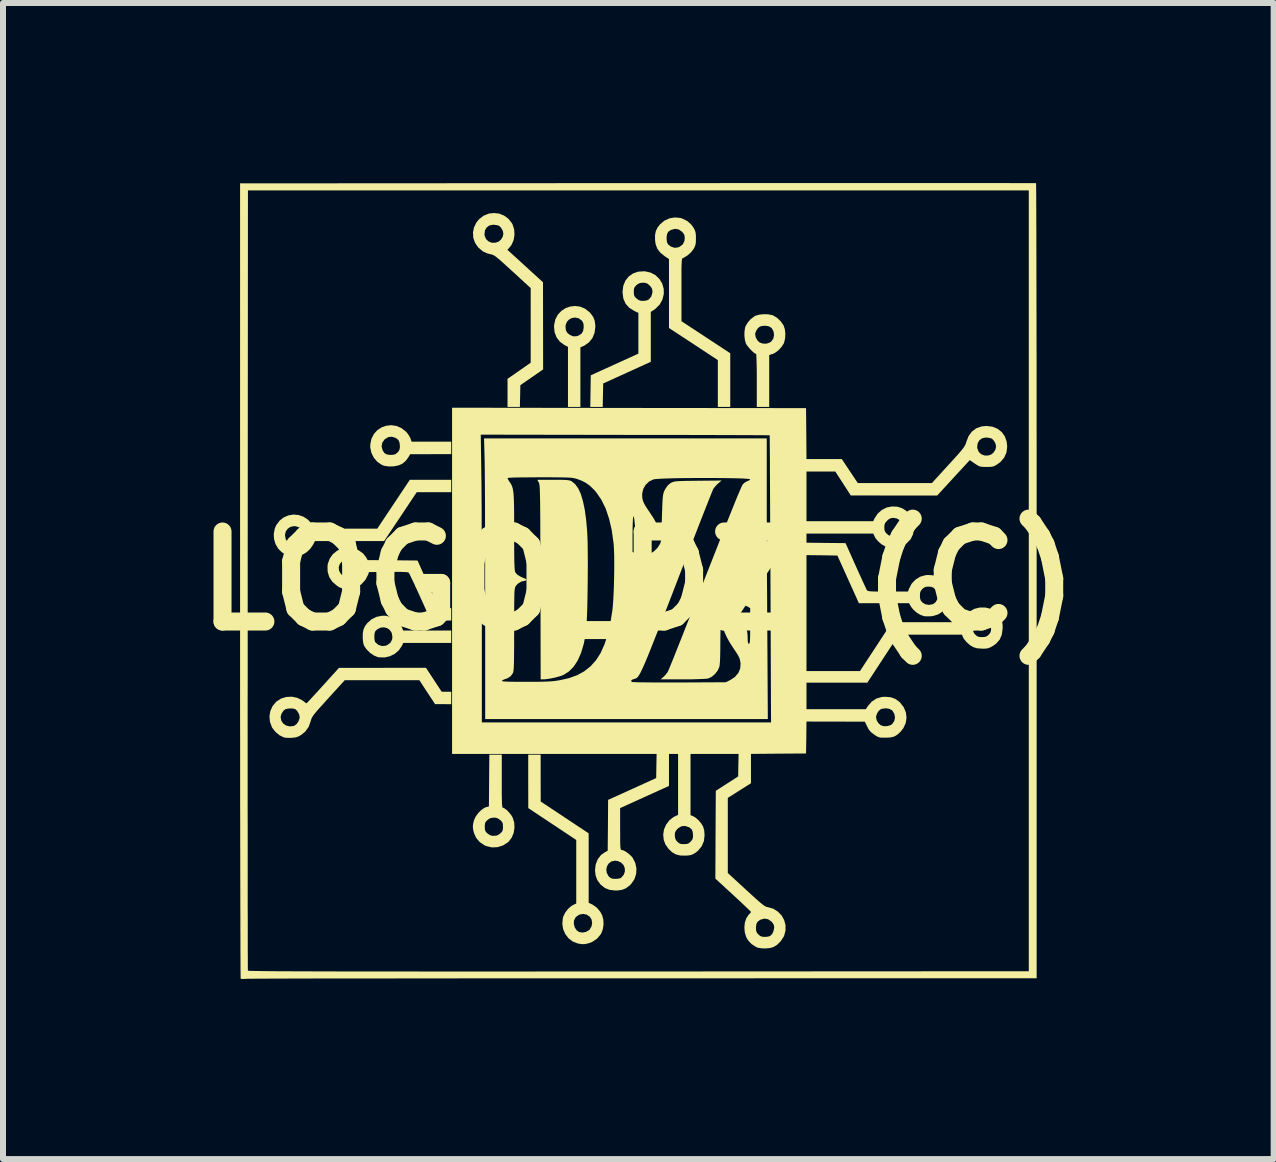
<source format=kicad_pcb>
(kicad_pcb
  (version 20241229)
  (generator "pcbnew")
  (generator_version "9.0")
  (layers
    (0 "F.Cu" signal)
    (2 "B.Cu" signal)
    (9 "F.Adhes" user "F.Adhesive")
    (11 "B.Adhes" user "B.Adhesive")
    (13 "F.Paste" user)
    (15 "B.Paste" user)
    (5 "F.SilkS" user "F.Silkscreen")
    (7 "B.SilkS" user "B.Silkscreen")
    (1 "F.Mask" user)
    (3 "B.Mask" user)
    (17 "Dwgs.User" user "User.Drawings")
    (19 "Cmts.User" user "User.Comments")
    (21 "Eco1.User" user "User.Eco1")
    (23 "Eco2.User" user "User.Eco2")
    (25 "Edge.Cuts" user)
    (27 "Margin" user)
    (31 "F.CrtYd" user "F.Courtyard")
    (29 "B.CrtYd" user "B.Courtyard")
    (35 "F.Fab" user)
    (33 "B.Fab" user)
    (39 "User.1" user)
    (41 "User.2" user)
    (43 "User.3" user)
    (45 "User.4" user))
  (footprint "LOGO_DZ (C)"
    (layer "F.Cu")
    (at 7.586 6.627)
    (property "Reference" "LOGO_DZ (C)" (at 0 0 0) (layer "F.SilkS") (effects (font (size 1.5 1.5) (thickness 0.3))))
    (attr board_only exclude_from_pos_files exclude_from_bom)
    (fp_poly (pts (xy -0.969 -4.568) (xy -0.889 -4.534) (xy -0.816 -4.478) (xy -0.801 -4.462) (xy -0.755 -4.4) (xy -0.729 -4.338) (xy -0.718 -4.263) (xy -0.717 -4.229) (xy -0.73 -4.132) (xy -0.765 -4.045) (xy -0.822 -3.974) (xy -0.897 -3.92) (xy -0.921 -3.909) (xy -0.966 -3.89) (xy -0.966 -3.394) (xy -0.966 -2.897) (xy -1.069 -2.897) (xy -1.173 -2.897) (xy -1.173 -3.397) (xy -1.173 -3.898) (xy -1.236 -3.931) (xy -1.309 -3.985) (xy -1.363 -4.056) (xy -1.396 -4.142) (xy -1.405 -4.234) (xy -1.214 -4.234) (xy -1.207 -4.174) (xy -1.184 -4.131) (xy -1.141 -4.097) (xy -1.085 -4.073) (xy -1.03 -4.075) (xy -1.002 -4.083) (xy -0.951 -4.114) (xy -0.921 -4.16) (xy -0.911 -4.224) (xy -0.911 -4.229) (xy -0.914 -4.279) (xy -0.927 -4.314) (xy -0.944 -4.337) (xy -0.993 -4.373) (xy -1.049 -4.386) (xy -1.104 -4.38) (xy -1.153 -4.355) (xy -1.191 -4.314) (xy -1.212 -4.26) (xy -1.214 -4.234) (xy -1.405 -4.234) (xy -1.405 -4.238) (xy -1.403 -4.265) (xy -1.383 -4.356) (xy -1.342 -4.434) (xy -1.284 -4.496) (xy -1.214 -4.542) (xy -1.136 -4.57) (xy -1.053 -4.579)) (stroke (width 0) (type solid)) (fill yes) (layer "F.SilkS"))
    (fp_poly (pts (xy -4.189 0.585) (xy -4.148 0.599) (xy -4.106 0.619) (xy -4.022 0.672) (xy -3.961 0.737) (xy -3.932 0.792) (xy -3.919 0.828) (xy -3.519 0.828) (xy -3.118 0.828) (xy -3.118 0.931) (xy -3.118 1.035) (xy -3.518 1.035) (xy -3.917 1.035) (xy -3.94 1.084) (xy -3.99 1.157) (xy -4.058 1.216) (xy -4.139 1.257) (xy -4.228 1.277) (xy -4.318 1.275) (xy -4.344 1.27) (xy -4.407 1.244) (xy -4.472 1.199) (xy -4.528 1.142) (xy -4.545 1.12) (xy -4.569 1.083) (xy -4.582 1.046) (xy -4.589 1) (xy -4.592 0.959) (xy -4.592 0.915) (xy -4.399 0.915) (xy -4.398 0.963) (xy -4.392 1.004) (xy -4.384 1.022) (xy -4.333 1.067) (xy -4.274 1.087) (xy -4.211 1.082) (xy -4.181 1.069) (xy -4.13 1.031) (xy -4.103 0.978) (xy -4.098 0.931) (xy -4.109 0.869) (xy -4.14 0.821) (xy -4.184 0.789) (xy -4.237 0.775) (xy -4.293 0.78) (xy -4.347 0.806) (xy -4.384 0.841) (xy -4.394 0.87) (xy -4.399 0.915) (xy -4.592 0.915) (xy -4.592 0.877) (xy -4.58 0.812) (xy -4.555 0.756) (xy -4.517 0.705) (xy -4.445 0.641) (xy -4.361 0.6) (xy -4.275 0.583) (xy -4.227 0.581)) (stroke (width 0) (type solid)) (fill yes) (layer "F.SilkS"))
    (fp_poly (pts (xy -4.031 -2.58) (xy -3.95 -2.546) (xy -3.875 -2.488) (xy -3.861 -2.474) (xy -3.829 -2.431) (xy -3.803 -2.387) (xy -3.795 -2.368) (xy -3.778 -2.318) (xy -3.448 -2.318) (xy -3.118 -2.318) (xy -3.118 -2.214) (xy -3.118 -2.111) (xy -3.46 -2.11) (xy -3.801 -2.11) (xy -3.838 -2.049) (xy -3.873 -2.003) (xy -3.919 -1.961) (xy -3.934 -1.95) (xy -3.996 -1.923) (xy -4.073 -1.907) (xy -4.154 -1.905) (xy -4.23 -1.915) (xy -4.27 -1.929) (xy -4.346 -1.979) (xy -4.406 -2.048) (xy -4.448 -2.131) (xy -4.467 -2.221) (xy -4.467 -2.24) (xy -4.278 -2.24) (xy -4.261 -2.176) (xy -4.256 -2.166) (xy -4.23 -2.128) (xy -4.196 -2.107) (xy -4.146 -2.098) (xy -4.121 -2.098) (xy -4.074 -2.101) (xy -4.042 -2.114) (xy -4.014 -2.137) (xy -3.987 -2.17) (xy -3.975 -2.206) (xy -3.973 -2.242) (xy -3.979 -2.302) (xy -3.997 -2.344) (xy -4.031 -2.373) (xy -4.042 -2.38) (xy -4.107 -2.401) (xy -4.167 -2.394) (xy -4.222 -2.361) (xy -4.23 -2.354) (xy -4.267 -2.3) (xy -4.278 -2.24) (xy -4.467 -2.24) (xy -4.466 -2.277) (xy -4.446 -2.369) (xy -4.405 -2.448) (xy -4.348 -2.511) (xy -4.278 -2.557) (xy -4.199 -2.584) (xy -4.115 -2.593)) (stroke (width 0) (type solid)) (fill yes) (layer "F.SilkS"))
    (fp_poly (pts (xy -3.118 -1.58) (xy -3.118 -1.476) (xy -3.406 -1.476) (xy -3.693 -1.476) (xy -3.964 -1.069) (xy -4.236 -0.662) (xy -4.812 -0.662) (xy -5.388 -0.662) (xy -5.421 -0.599) (xy -5.468 -0.532) (xy -5.528 -0.475) (xy -5.594 -0.437) (xy -5.613 -0.43) (xy -5.677 -0.418) (xy -5.751 -0.416) (xy -5.821 -0.422) (xy -5.862 -0.433) (xy -5.939 -0.474) (xy -6 -0.535) (xy -6.045 -0.61) (xy -6.07 -0.694) (xy -6.074 -0.762) (xy -5.888 -0.762) (xy -5.877 -0.7) (xy -5.871 -0.687) (xy -5.843 -0.644) (xy -5.805 -0.62) (xy -5.749 -0.609) (xy -5.724 -0.608) (xy -5.675 -0.612) (xy -5.639 -0.628) (xy -5.625 -0.64) (xy -5.588 -0.69) (xy -5.574 -0.746) (xy -5.581 -0.801) (xy -5.607 -0.85) (xy -5.649 -0.888) (xy -5.705 -0.908) (xy -5.733 -0.911) (xy -5.796 -0.899) (xy -5.844 -0.866) (xy -5.876 -0.819) (xy -5.888 -0.762) (xy -6.074 -0.762) (xy -6.075 -0.783) (xy -6.058 -0.871) (xy -6.035 -0.925) (xy -5.979 -1.001) (xy -5.91 -1.056) (xy -5.831 -1.09) (xy -5.746 -1.104) (xy -5.66 -1.096) (xy -5.578 -1.067) (xy -5.503 -1.017) (xy -5.439 -0.946) (xy -5.437 -0.941) (xy -5.389 -0.869) (xy -4.87 -0.869) (xy -4.35 -0.869) (xy -4.079 -1.276) (xy -3.808 -1.683) (xy -3.463 -1.683) (xy -3.118 -1.683)) (stroke (width 0) (type solid)) (fill yes) (layer "F.SilkS"))
    (fp_poly (pts (xy -1.628 3.287) (xy -1.627 3.677) (xy -1.228 3.942) (xy -0.828 4.208) (xy -0.828 4.786) (xy -0.828 5.365) (xy -0.766 5.394) (xy -0.692 5.445) (xy -0.633 5.517) (xy -0.603 5.573) (xy -0.584 5.645) (xy -0.58 5.727) (xy -0.593 5.809) (xy -0.62 5.879) (xy -0.625 5.887) (xy -0.688 5.962) (xy -0.768 6.016) (xy -0.822 6.037) (xy -0.885 6.052) (xy -0.942 6.054) (xy -1.007 6.043) (xy -1.012 6.042) (xy -1.095 6.009) (xy -1.165 5.955) (xy -1.218 5.885) (xy -1.253 5.804) (xy -1.267 5.72) (xy -1.075 5.72) (xy -1.059 5.777) (xy -1.027 5.824) (xy -0.988 5.851) (xy -0.933 5.861) (xy -0.874 5.85) (xy -0.823 5.821) (xy -0.811 5.809) (xy -0.78 5.757) (xy -0.77 5.699) (xy -0.78 5.642) (xy -0.809 5.597) (xy -0.861 5.562) (xy -0.921 5.55) (xy -0.981 5.561) (xy -1.033 5.595) (xy -1.049 5.612) (xy -1.073 5.662) (xy -1.075 5.72) (xy -1.267 5.72) (xy -1.267 5.715) (xy -1.259 5.623) (xy -1.25 5.59) (xy -1.218 5.527) (xy -1.172 5.467) (xy -1.117 5.418) (xy -1.076 5.395) (xy -1.035 5.377) (xy -1.035 4.848) (xy -1.035 4.318) (xy -1.434 4.053) (xy -1.834 3.787) (xy -1.835 3.342) (xy -1.835 2.897) (xy -1.732 2.897) (xy -1.628 2.897)) (stroke (width 0) (type solid)) (fill yes) (layer "F.SilkS"))
    (fp_poly (pts (xy -1.418 -1.683) (xy -1.324 -1.683) (xy -1.254 -1.682) (xy -1.203 -1.68) (xy -1.167 -1.676) (xy -1.141 -1.671) (xy -1.121 -1.663) (xy -1.108 -1.656) (xy -1.051 -1.608) (xy -1.001 -1.538) (xy -0.958 -1.444) (xy -0.923 -1.326) (xy -0.893 -1.183) (xy -0.87 -1.015) (xy -0.854 -0.836) (xy -0.85 -0.759) (xy -0.846 -0.662) (xy -0.844 -0.548) (xy -0.843 -0.421) (xy -0.842 -0.284) (xy -0.843 -0.14) (xy -0.844 0.007) (xy -0.846 0.154) (xy -0.848 0.296) (xy -0.851 0.432) (xy -0.855 0.557) (xy -0.86 0.667) (xy -0.864 0.76) (xy -0.87 0.832) (xy -0.875 0.876) (xy -0.91 1.052) (xy -0.955 1.202) (xy -1.011 1.328) (xy -1.078 1.43) (xy -1.155 1.509) (xy -1.244 1.566) (xy -1.251 1.569) (xy -1.31 1.591) (xy -1.384 1.611) (xy -1.464 1.628) (xy -1.537 1.639) (xy -1.581 1.642) (xy -1.628 1.642) (xy -1.631 0.024) (xy -1.632 -0.222) (xy -1.632 -0.442) (xy -1.633 -0.637) (xy -1.634 -0.809) (xy -1.634 -0.96) (xy -1.635 -1.091) (xy -1.636 -1.203) (xy -1.637 -1.298) (xy -1.638 -1.377) (xy -1.64 -1.443) (xy -1.641 -1.496) (xy -1.643 -1.537) (xy -1.645 -1.57) (xy -1.648 -1.594) (xy -1.651 -1.612) (xy -1.654 -1.625) (xy -1.657 -1.634) (xy -1.659 -1.638) (xy -1.684 -1.683)) (stroke (width 0) (type solid)) (fill yes) (layer "F.SilkS"))
    (fp_poly (pts (xy 0.112 -5.156) (xy 0.205 -5.135) (xy 0.285 -5.092) (xy 0.35 -5.03) (xy 0.397 -4.954) (xy 0.422 -4.866) (xy 0.424 -4.781) (xy 0.401 -4.685) (xy 0.355 -4.603) (xy 0.284 -4.532) (xy 0.245 -4.505) (xy 0.207 -4.481) (xy 0.207 -4.065) (xy 0.207 -3.649) (xy -0.19 -3.468) (xy -0.586 -3.288) (xy -0.59 -3.093) (xy -0.594 -2.897) (xy -0.697 -2.897) (xy -0.801 -2.897) (xy -0.797 -3.161) (xy -0.793 -3.424) (xy -0.397 -3.604) (xy 0 -3.785) (xy 0 -4.124) (xy 0 -4.464) (xy -0.069 -4.497) (xy -0.152 -4.549) (xy -0.212 -4.616) (xy -0.249 -4.698) (xy -0.263 -4.797) (xy -0.264 -4.815) (xy -0.076 -4.815) (xy -0.074 -4.77) (xy -0.064 -4.74) (xy -0.041 -4.713) (xy -0.031 -4.704) (xy 0.006 -4.677) (xy 0.045 -4.665) (xy 0.08 -4.664) (xy 0.136 -4.67) (xy 0.174 -4.688) (xy 0.215 -4.736) (xy 0.233 -4.798) (xy 0.235 -4.822) (xy 0.229 -4.863) (xy 0.207 -4.899) (xy 0.188 -4.92) (xy 0.153 -4.95) (xy 0.119 -4.964) (xy 0.077 -4.967) (xy 0.028 -4.962) (xy -0.01 -4.944) (xy -0.031 -4.927) (xy -0.058 -4.899) (xy -0.072 -4.871) (xy -0.076 -4.832) (xy -0.076 -4.815) (xy -0.264 -4.815) (xy -0.264 -4.817) (xy -0.251 -4.916) (xy -0.216 -5.001) (xy -0.161 -5.07) (xy -0.089 -5.121) (xy -0.002 -5.151) (xy 0.096 -5.157)) (stroke (width 0) (type solid)) (fill yes) (layer "F.SilkS"))
    (fp_poly (pts (xy 2.16 -4.44) (xy 2.226 -4.428) (xy 2.246 -4.421) (xy 2.312 -4.381) (xy 2.373 -4.322) (xy 2.419 -4.256) (xy 2.44 -4.194) (xy 2.449 -4.118) (xy 2.445 -4.04) (xy 2.429 -3.971) (xy 2.422 -3.953) (xy 2.383 -3.894) (xy 2.332 -3.839) (xy 2.275 -3.797) (xy 2.234 -3.778) (xy 2.18 -3.762) (xy 2.18 -3.33) (xy 2.18 -2.897) (xy 2.076 -2.897) (xy 1.973 -2.897) (xy 1.973 -3.339) (xy 1.973 -3.446) (xy 1.972 -3.544) (xy 1.97 -3.629) (xy 1.968 -3.698) (xy 1.966 -3.748) (xy 1.963 -3.776) (xy 1.961 -3.78) (xy 1.939 -3.79) (xy 1.907 -3.816) (xy 1.87 -3.852) (xy 1.834 -3.892) (xy 1.805 -3.93) (xy 1.792 -3.952) (xy 1.776 -4.008) (xy 1.767 -4.078) (xy 1.767 -4.108) (xy 1.945 -4.108) (xy 1.956 -4.055) (xy 1.985 -4.004) (xy 2.02 -3.971) (xy 2.074 -3.952) (xy 2.134 -3.951) (xy 2.19 -3.97) (xy 2.215 -3.988) (xy 2.249 -4.037) (xy 2.261 -4.095) (xy 2.252 -4.155) (xy 2.222 -4.209) (xy 2.214 -4.216) (xy 2.174 -4.24) (xy 2.119 -4.25) (xy 2.06 -4.246) (xy 2.023 -4.234) (xy 1.992 -4.209) (xy 1.965 -4.169) (xy 1.948 -4.126) (xy 1.945 -4.108) (xy 1.767 -4.108) (xy 1.768 -4.15) (xy 1.777 -4.214) (xy 1.785 -4.241) (xy 1.82 -4.301) (xy 1.871 -4.359) (xy 1.929 -4.404) (xy 1.952 -4.417) (xy 2.011 -4.434) (xy 2.084 -4.442)) (stroke (width 0) (type solid)) (fill yes) (layer "F.SilkS"))
    (fp_poly (pts (xy -2.276 3.339) (xy -2.276 3.465) (xy -2.276 3.565) (xy -2.274 3.643) (xy -2.273 3.701) (xy -2.27 3.741) (xy -2.266 3.766) (xy -2.262 3.778) (xy -2.258 3.78) (xy -2.231 3.791) (xy -2.195 3.818) (xy -2.157 3.857) (xy -2.121 3.9) (xy -2.096 3.942) (xy -2.095 3.942) (xy -2.069 4.025) (xy -2.064 4.114) (xy -2.078 4.202) (xy -2.112 4.282) (xy -2.162 4.347) (xy -2.173 4.356) (xy -2.255 4.409) (xy -2.346 4.438) (xy -2.44 4.442) (xy -2.532 4.42) (xy -2.564 4.407) (xy -2.644 4.352) (xy -2.704 4.281) (xy -2.739 4.202) (xy -2.754 4.14) (xy -2.757 4.098) (xy -2.559 4.098) (xy -2.557 4.143) (xy -2.547 4.173) (xy -2.525 4.2) (xy -2.514 4.209) (xy -2.474 4.237) (xy -2.432 4.249) (xy -2.408 4.249) (xy -2.358 4.244) (xy -2.319 4.224) (xy -2.301 4.209) (xy -2.273 4.181) (xy -2.26 4.153) (xy -2.256 4.114) (xy -2.256 4.098) (xy -2.258 4.052) (xy -2.268 4.022) (xy -2.29 3.996) (xy -2.301 3.986) (xy -2.341 3.958) (xy -2.383 3.947) (xy -2.408 3.946) (xy -2.457 3.951) (xy -2.496 3.971) (xy -2.514 3.986) (xy -2.542 4.014) (xy -2.555 4.042) (xy -2.559 4.081) (xy -2.559 4.098) (xy -2.757 4.098) (xy -2.758 4.087) (xy -2.749 4.03) (xy -2.738 3.988) (xy -2.71 3.927) (xy -2.666 3.867) (xy -2.614 3.816) (xy -2.56 3.78) (xy -2.539 3.772) (xy -2.49 3.759) (xy -2.487 3.328) (xy -2.483 2.897) (xy -2.38 2.897) (xy -2.276 2.897)) (stroke (width 0) (type solid)) (fill yes) (layer "F.SilkS"))
    (fp_poly (pts (xy 0.699 -6.046) (xy 0.732 -6.036) (xy 0.819 -5.992) (xy 0.888 -5.928) (xy 0.921 -5.88) (xy 0.941 -5.842) (xy 0.952 -5.807) (xy 0.958 -5.764) (xy 0.959 -5.705) (xy 0.958 -5.645) (xy 0.952 -5.602) (xy 0.94 -5.567) (xy 0.921 -5.53) (xy 0.88 -5.476) (xy 0.825 -5.426) (xy 0.766 -5.388) (xy 0.742 -5.377) (xy 0.735 -5.373) (xy 0.73 -5.364) (xy 0.726 -5.349) (xy 0.723 -5.324) (xy 0.721 -5.287) (xy 0.719 -5.234) (xy 0.718 -5.165) (xy 0.718 -5.075) (xy 0.718 -4.962) (xy 0.718 -4.847) (xy 0.718 -4.325) (xy 1.125 -4.058) (xy 1.531 -3.791) (xy 1.531 -3.344) (xy 1.531 -2.897) (xy 1.428 -2.897) (xy 1.324 -2.897) (xy 1.324 -3.287) (xy 1.324 -3.677) (xy 0.917 -3.945) (xy 0.51 -4.212) (xy 0.51 -4.787) (xy 0.51 -5.361) (xy 0.438 -5.409) (xy 0.364 -5.469) (xy 0.314 -5.536) (xy 0.286 -5.615) (xy 0.278 -5.68) (xy 0.278 -5.702) (xy 0.47 -5.702) (xy 0.476 -5.644) (xy 0.496 -5.604) (xy 0.536 -5.573) (xy 0.546 -5.567) (xy 0.605 -5.548) (xy 0.662 -5.555) (xy 0.69 -5.567) (xy 0.739 -5.605) (xy 0.766 -5.657) (xy 0.773 -5.709) (xy 0.769 -5.753) (xy 0.753 -5.786) (xy 0.726 -5.817) (xy 0.672 -5.854) (xy 0.612 -5.864) (xy 0.548 -5.848) (xy 0.538 -5.843) (xy 0.499 -5.816) (xy 0.478 -5.778) (xy 0.47 -5.725) (xy 0.47 -5.702) (xy 0.278 -5.702) (xy 0.278 -5.762) (xy 0.291 -5.827) (xy 0.318 -5.884) (xy 0.36 -5.938) (xy 0.431 -5.999) (xy 0.515 -6.038) (xy 0.606 -6.054)) (stroke (width 0) (type solid)) (fill yes) (layer "F.SilkS"))
    (fp_poly (pts (xy -4.744 -0.54) (xy -4.659 -0.507) (xy -4.588 -0.457) (xy -4.536 -0.392) (xy -4.531 -0.383) (xy -4.511 -0.345) (xy -4.095 -0.342) (xy -3.679 -0.338) (xy -3.504 0.055) (xy -3.328 0.448) (xy -3.223 0.452) (xy -3.118 0.456) (xy -3.118 0.559) (xy -3.118 0.662) (xy -3.288 0.662) (xy -3.458 0.662) (xy -3.635 0.269) (xy -3.679 0.172) (xy -3.72 0.082) (xy -3.757 0.004) (xy -3.788 -0.061) (xy -3.811 -0.108) (xy -3.826 -0.134) (xy -3.829 -0.138) (xy -3.849 -0.143) (xy -3.895 -0.146) (xy -3.966 -0.149) (xy -4.06 -0.149) (xy -4.167 -0.149) (xy -4.488 -0.145) (xy -4.503 -0.103) (xy -4.549 -0.014) (xy -4.617 0.059) (xy -4.653 0.085) (xy -4.692 0.108) (xy -4.724 0.122) (xy -4.76 0.129) (xy -4.81 0.131) (xy -4.837 0.131) (xy -4.894 0.13) (xy -4.934 0.126) (xy -4.966 0.115) (xy -5.001 0.096) (xy -5.023 0.081) (xy -5.098 0.017) (xy -5.15 -0.062) (xy -5.177 -0.152) (xy -5.179 -0.226) (xy -4.992 -0.226) (xy -4.988 -0.175) (xy -4.966 -0.128) (xy -4.931 -0.09) (xy -4.884 -0.065) (xy -4.831 -0.057) (xy -4.772 -0.07) (xy -4.759 -0.076) (xy -4.711 -0.115) (xy -4.685 -0.166) (xy -4.68 -0.223) (xy -4.699 -0.28) (xy -4.72 -0.31) (xy -4.75 -0.34) (xy -4.779 -0.355) (xy -4.82 -0.359) (xy -4.829 -0.359) (xy -4.881 -0.354) (xy -4.921 -0.336) (xy -4.938 -0.323) (xy -4.976 -0.277) (xy -4.992 -0.226) (xy -5.179 -0.226) (xy -5.179 -0.249) (xy -5.174 -0.284) (xy -5.142 -0.371) (xy -5.089 -0.445) (xy -5.019 -0.502) (xy -4.935 -0.538) (xy -4.841 -0.552) (xy -4.838 -0.552)) (stroke (width 0) (type solid)) (fill yes) (layer "F.SilkS"))
    (fp_poly (pts (xy -2.32 -6.118) (xy -2.239 -6.086) (xy -2.167 -6.034) (xy -2.11 -5.963) (xy -2.095 -5.936) (xy -2.069 -5.853) (xy -2.064 -5.763) (xy -2.079 -5.675) (xy -2.114 -5.596) (xy -2.155 -5.544) (xy -2.183 -5.515) (xy -2.105 -5.445) (xy -2.071 -5.413) (xy -2.02 -5.368) (xy -1.959 -5.312) (xy -1.89 -5.249) (xy -1.82 -5.185) (xy -1.808 -5.174) (xy -1.589 -4.974) (xy -1.588 -4.248) (xy -1.587 -3.522) (xy -1.776 -3.391) (xy -1.966 -3.26) (xy -1.97 -3.079) (xy -1.974 -2.897) (xy -2.077 -2.897) (xy -2.18 -2.897) (xy -2.18 -3.131) (xy -2.18 -3.365) (xy -1.987 -3.499) (xy -1.794 -3.634) (xy -1.794 -4.255) (xy -1.794 -4.877) (xy -2.097 -5.155) (xy -2.184 -5.234) (xy -2.253 -5.297) (xy -2.307 -5.345) (xy -2.35 -5.381) (xy -2.382 -5.406) (xy -2.407 -5.422) (xy -2.428 -5.432) (xy -2.447 -5.438) (xy -2.464 -5.441) (xy -2.516 -5.455) (xy -2.572 -5.479) (xy -2.595 -5.492) (xy -2.668 -5.554) (xy -2.72 -5.629) (xy -2.75 -5.713) (xy -2.754 -5.776) (xy -2.564 -5.776) (xy -2.561 -5.749) (xy -2.538 -5.694) (xy -2.497 -5.655) (xy -2.443 -5.633) (xy -2.383 -5.633) (xy -2.331 -5.65) (xy -2.29 -5.684) (xy -2.26 -5.732) (xy -2.249 -5.782) (xy -2.258 -5.828) (xy -2.282 -5.874) (xy -2.313 -5.909) (xy -2.326 -5.917) (xy -2.362 -5.927) (xy -2.409 -5.932) (xy -2.42 -5.933) (xy -2.481 -5.921) (xy -2.527 -5.888) (xy -2.556 -5.838) (xy -2.564 -5.776) (xy -2.754 -5.776) (xy -2.756 -5.8) (xy -2.739 -5.888) (xy -2.698 -5.971) (xy -2.651 -6.028) (xy -2.577 -6.084) (xy -2.494 -6.118) (xy -2.407 -6.128)) (stroke (width 0) (type solid)) (fill yes) (layer "F.SilkS"))
    (fp_poly (pts (xy -3.408 1.649) (xy -3.277 1.848) (xy -3.197 1.848) (xy -3.118 1.849) (xy -3.118 1.952) (xy -3.118 2.056) (xy -3.253 2.055) (xy -3.387 2.055) (xy -3.518 1.856) (xy -3.649 1.656) (xy -4.271 1.656) (xy -4.892 1.656) (xy -5.167 1.958) (xy -5.246 2.046) (xy -5.309 2.115) (xy -5.357 2.17) (xy -5.393 2.213) (xy -5.418 2.247) (xy -5.435 2.273) (xy -5.447 2.297) (xy -5.454 2.318) (xy -5.459 2.337) (xy -5.493 2.433) (xy -5.549 2.511) (xy -5.618 2.568) (xy -5.665 2.594) (xy -5.709 2.609) (xy -5.766 2.615) (xy -5.778 2.616) (xy -5.832 2.617) (xy -5.88 2.614) (xy -5.907 2.609) (xy -5.978 2.574) (xy -6.045 2.519) (xy -6.097 2.453) (xy -6.105 2.44) (xy -6.138 2.352) (xy -6.145 2.276) (xy -5.96 2.276) (xy -5.948 2.333) (xy -5.915 2.38) (xy -5.866 2.412) (xy -5.808 2.426) (xy -5.745 2.419) (xy -5.733 2.415) (xy -5.696 2.388) (xy -5.665 2.345) (xy -5.646 2.295) (xy -5.643 2.269) (xy -5.655 2.218) (xy -5.686 2.167) (xy -5.711 2.142) (xy -5.743 2.13) (xy -5.789 2.126) (xy -5.839 2.129) (xy -5.881 2.14) (xy -5.883 2.14) (xy -5.915 2.167) (xy -5.943 2.21) (xy -5.959 2.258) (xy -5.96 2.276) (xy -6.145 2.276) (xy -6.147 2.26) (xy -6.132 2.17) (xy -6.094 2.086) (xy -6.034 2.015) (xy -6.028 2.01) (xy -5.951 1.961) (xy -5.864 1.935) (xy -5.772 1.931) (xy -5.682 1.95) (xy -5.6 1.991) (xy -5.585 2.002) (xy -5.554 2.026) (xy -5.533 2.04) (xy -5.529 2.042) (xy -5.519 2.032) (xy -5.492 2.004) (xy -5.452 1.961) (xy -5.401 1.905) (xy -5.34 1.839) (xy -5.273 1.765) (xy -5.256 1.746) (xy -4.988 1.45) (xy -4.263 1.45) (xy -3.539 1.449)) (stroke (width 0) (type solid)) (fill yes) (layer "F.SilkS"))
    (fp_poly (pts (xy 4.461 -6.627) (xy 4.748 -6.627) (xy 5.019 -6.627) (xy 5.271 -6.627) (xy 5.505 -6.627) (xy 5.718 -6.627) (xy 5.912 -6.627) (xy 6.084 -6.627) (xy 6.234 -6.626) (xy 6.361 -6.626) (xy 6.464 -6.626) (xy 6.543 -6.626) (xy 6.596 -6.626) (xy 6.623 -6.625) (xy 6.626 -6.625) (xy 6.627 -6.611) (xy 6.627 -6.571) (xy 6.628 -6.504) (xy 6.629 -6.412) (xy 6.629 -6.296) (xy 6.63 -6.157) (xy 6.63 -5.995) (xy 6.631 -5.812) (xy 6.631 -5.608) (xy 6.632 -5.383) (xy 6.632 -5.14) (xy 6.633 -4.878) (xy 6.633 -4.599) (xy 6.634 -4.303) (xy 6.634 -3.991) (xy 6.635 -3.665) (xy 6.635 -3.324) (xy 6.635 -2.97) (xy 6.635 -2.604) (xy 6.636 -2.226) (xy 6.636 -1.837) (xy 6.636 -1.439) (xy 6.636 -1.031) (xy 6.636 -0.616) (xy 6.636 -0.193) (xy 6.636 0.001) (xy 6.636 6.622) (xy 0.1 6.623) (xy -0.324 6.623) (xy -0.741 6.623) (xy -1.151 6.623) (xy -1.553 6.623) (xy -1.945 6.623) (xy -2.328 6.623) (xy -2.699 6.623) (xy -3.058 6.624) (xy -3.405 6.624) (xy -3.738 6.624) (xy -4.057 6.625) (xy -4.361 6.625) (xy -4.648 6.625) (xy -4.919 6.626) (xy -5.171 6.626) (xy -5.405 6.626) (xy -5.619 6.627) (xy -5.813 6.627) (xy -5.985 6.628) (xy -6.136 6.628) (xy -6.263 6.629) (xy -6.366 6.629) (xy -6.444 6.63) (xy -6.497 6.63) (xy -6.524 6.631) (xy -6.526 6.631) (xy -6.573 6.634) (xy -6.61 6.633) (xy -6.626 6.629) (xy -6.627 6.614) (xy -6.627 6.573) (xy -6.628 6.506) (xy -6.629 6.414) (xy -6.629 6.298) (xy -6.63 6.158) (xy -6.63 5.996) (xy -6.631 5.812) (xy -6.631 5.607) (xy -6.632 5.383) (xy -6.632 5.139) (xy -6.633 4.877) (xy -6.633 4.597) (xy -6.634 4.301) (xy -6.634 3.989) (xy -6.635 3.662) (xy -6.635 3.321) (xy -6.635 3.12) (xy -6.51 3.12) (xy -6.51 3.463) (xy -6.51 3.792) (xy -6.509 4.106) (xy -6.509 4.405) (xy -6.509 4.688) (xy -6.509 4.953) (xy -6.509 5.2) (xy -6.509 5.429) (xy -6.508 5.637) (xy -6.508 5.826) (xy -6.508 5.992) (xy -6.508 6.137) (xy -6.507 6.258) (xy -6.507 6.355) (xy -6.507 6.427) (xy -6.506 6.474) (xy -6.506 6.494) (xy -6.506 6.495) (xy -6.5 6.496) (xy -6.485 6.498) (xy -6.46 6.499) (xy -6.423 6.5) (xy -6.374 6.501) (xy -6.313 6.502) (xy -6.239 6.503) (xy -6.151 6.504) (xy -6.049 6.505) (xy -5.932 6.505) (xy -5.8 6.506) (xy -5.651 6.507) (xy -5.485 6.507) (xy -5.302 6.508) (xy -5.101 6.508) (xy -4.881 6.509) (xy -4.642 6.509) (xy -4.383 6.509) (xy -4.103 6.509) (xy -3.802 6.509) (xy -3.479 6.51) (xy -3.134 6.51) (xy -2.765 6.51) (xy -2.373 6.51) (xy -1.956 6.51) (xy -1.514 6.509) (xy -1.047 6.509) (xy -0.553 6.509) (xy -0.033 6.509) (xy 0.003 6.509) (xy 6.505 6.505) (xy 6.505 0) (xy 6.505 -6.505) (xy 0 -6.505) (xy -6.505 -6.505) (xy -6.509 -0.014) (xy -6.509 0.408) (xy -6.509 0.823) (xy -6.509 1.23) (xy -6.509 1.629) (xy -6.51 2.018) (xy -6.51 2.397) (xy -6.51 2.765) (xy -6.51 3.12) (xy -6.635 3.12) (xy -6.635 2.967) (xy -6.635 2.601) (xy -6.636 2.223) (xy -6.636 1.834) (xy -6.636 1.435) (xy -6.636 1.028) (xy -6.636 0.612) (xy -6.636 0.189) (xy -6.636 -0.002) (xy -6.636 -6.622) (xy -0.01 -6.626) (xy 0.416 -6.626) (xy 0.835 -6.626) (xy 1.247 -6.626) (xy 1.65 -6.627) (xy 2.043 -6.627) (xy 2.426 -6.627) (xy 2.798 -6.627) (xy 3.158 -6.627) (xy 3.505 -6.627) (xy 3.839 -6.627) (xy 4.158 -6.627)) (stroke (width 0) (type solid)) (fill yes) (layer "F.SilkS"))
    (fp_poly (pts (xy 2.139 -1.548) (xy 2.139 -1.415) (xy 2.139 -1.258) (xy 2.139 -1.08) (xy 2.14 -0.884) (xy 2.141 -0.674) (xy 2.141 -0.453) (xy 2.142 -0.225) (xy 2.143 0.008) (xy 2.145 0.243) (xy 2.146 0.475) (xy 2.147 0.701) (xy 2.148 0.791) (xy 2.157 2.304) (xy -0.198 2.304) (xy -2.552 2.304) (xy -2.552 1.667) (xy -2.273 1.667) (xy -2.268 1.672) (xy -2.249 1.676) (xy -2.212 1.679) (xy -2.157 1.681) (xy -2.08 1.682) (xy -1.979 1.683) (xy -1.872 1.683) (xy -1.746 1.683) (xy -1.643 1.682) (xy -1.559 1.68) (xy -1.49 1.677) (xy -1.431 1.673) (xy -1.377 1.667) (xy -1.367 1.665) (xy -0.121 1.665) (xy -0.111 1.683) (xy -0.109 1.685) (xy -0.091 1.687) (xy -0.049 1.689) (xy 0.017 1.691) (xy 0.103 1.692) (xy 0.208 1.693) (xy 0.33 1.694) (xy 0.465 1.694) (xy 0.613 1.694) (xy 0.683 1.694) (xy 1.456 1.69) (xy 1.534 1.652) (xy 1.61 1.601) (xy 1.665 1.536) (xy 1.697 1.461) (xy 1.703 1.377) (xy 1.698 1.345) (xy 1.691 1.313) (xy 1.682 1.284) (xy 1.667 1.253) (xy 1.644 1.214) (xy 1.61 1.162) (xy 1.577 1.113) (xy 1.52 1.024) (xy 1.472 0.937) (xy 1.437 0.86) (xy 1.417 0.796) (xy 1.416 0.79) (xy 1.408 0.745) (xy 1.56 0.745) (xy 1.652 0.747) (xy 1.719 0.756) (xy 1.766 0.773) (xy 1.796 0.802) (xy 1.813 0.846) (xy 1.82 0.908) (xy 1.821 0.953) (xy 1.822 1.005) (xy 1.827 1.035) (xy 1.836 1.047) (xy 1.842 1.049) (xy 1.849 1.045) (xy 1.854 1.033) (xy 1.858 1.009) (xy 1.86 0.97) (xy 1.862 0.912) (xy 1.862 0.833) (xy 1.863 0.752) (xy 1.863 0.455) (xy 1.818 0.428) (xy 1.763 0.407) (xy 1.694 0.401) (xy 1.623 0.408) (xy 1.565 0.426) (xy 1.508 0.463) (xy 1.454 0.516) (xy 1.409 0.577) (xy 1.382 0.638) (xy 1.381 0.641) (xy 1.376 0.675) (xy 1.372 0.734) (xy 1.369 0.813) (xy 1.367 0.909) (xy 1.366 1.019) (xy 1.366 1.035) (xy 1.365 1.153) (xy 1.363 1.254) (xy 1.36 1.337) (xy 1.355 1.397) (xy 1.35 1.431) (xy 1.323 1.493) (xy 1.278 1.552) (xy 1.223 1.599) (xy 1.166 1.627) (xy 1.134 1.631) (xy 1.077 1.635) (xy 0.998 1.638) (xy 0.899 1.641) (xy 0.785 1.642) (xy 0.741 1.642) (xy 0.37 1.642) (xy 0.414 1.605) (xy 0.452 1.567) (xy 0.485 1.524) (xy 0.489 1.519) (xy 0.497 1.5) (xy 0.516 1.457) (xy 0.543 1.391) (xy 0.578 1.305) (xy 0.62 1.199) (xy 0.669 1.076) (xy 0.724 0.938) (xy 0.784 0.785) (xy 0.85 0.62) (xy 0.919 0.444) (xy 0.992 0.258) (xy 1.067 0.066) (xy 1.111 -0.048) (xy 1.211 -0.302) (xy 1.301 -0.531) (xy 1.381 -0.736) (xy 1.453 -0.918) (xy 1.516 -1.076) (xy 1.571 -1.212) (xy 1.617 -1.327) (xy 1.656 -1.422) (xy 1.688 -1.496) (xy 1.712 -1.552) (xy 1.73 -1.589) (xy 1.741 -1.608) (xy 1.742 -1.61) (xy 1.777 -1.64) (xy 1.814 -1.66) (xy 1.822 -1.663) (xy 1.851 -1.675) (xy 1.863 -1.691) (xy 1.863 -1.691) (xy 1.849 -1.696) (xy 1.811 -1.7) (xy 1.752 -1.704) (xy 1.673 -1.707) (xy 1.579 -1.709) (xy 1.472 -1.711) (xy 1.355 -1.712) (xy 1.231 -1.713) (xy 1.103 -1.713) (xy 0.974 -1.713) (xy 0.846 -1.712) (xy 0.724 -1.711) (xy 0.609 -1.709) (xy 0.505 -1.706) (xy 0.414 -1.703) (xy 0.34 -1.699) (xy 0.286 -1.695) (xy 0.254 -1.69) (xy 0.251 -1.69) (xy 0.18 -1.655) (xy 0.122 -1.6) (xy 0.082 -1.531) (xy 0.063 -1.452) (xy 0.065 -1.387) (xy 0.072 -1.348) (xy 0.085 -1.311) (xy 0.106 -1.269) (xy 0.138 -1.216) (xy 0.184 -1.148) (xy 0.189 -1.14) (xy 0.251 -1.046) (xy 0.295 -0.967) (xy 0.324 -0.901) (xy 0.339 -0.843) (xy 0.34 -0.835) (xy 0.349 -0.773) (xy 0.201 -0.773) (xy 0.112 -0.775) (xy 0.047 -0.784) (xy 0.001 -0.799) (xy -0.029 -0.822) (xy -0.04 -0.838) (xy -0.047 -0.863) (xy -0.055 -0.907) (xy -0.061 -0.96) (xy -0.062 -0.969) (xy -0.069 -1.031) (xy -0.076 -1.066) (xy -0.081 -1.075) (xy -0.087 -1.059) (xy -0.091 -1.019) (xy -0.094 -0.956) (xy -0.096 -0.872) (xy -0.097 -0.779) (xy -0.097 -0.482) (xy -0.052 -0.455) (xy 0.002 -0.435) (xy 0.07 -0.428) (xy 0.14 -0.434) (xy 0.19 -0.449) (xy 0.258 -0.49) (xy 0.319 -0.549) (xy 0.36 -0.614) (xy 0.372 -0.645) (xy 0.38 -0.683) (xy 0.384 -0.735) (xy 0.387 -0.805) (xy 0.387 -0.842) (xy 0.388 -0.921) (xy 0.391 -1.017) (xy 0.394 -1.118) (xy 0.398 -1.215) (xy 0.398 -1.235) (xy 0.402 -1.319) (xy 0.406 -1.38) (xy 0.411 -1.425) (xy 0.418 -1.459) (xy 0.427 -1.487) (xy 0.441 -1.515) (xy 0.448 -1.529) (xy 0.489 -1.589) (xy 0.537 -1.629) (xy 0.544 -1.633) (xy 0.562 -1.641) (xy 0.581 -1.648) (xy 0.604 -1.654) (xy 0.635 -1.658) (xy 0.678 -1.661) (xy 0.736 -1.663) (xy 0.812 -1.665) (xy 0.909 -1.666) (xy 0.993 -1.667) (xy 1.387 -1.671) (xy 1.328 -1.621) (xy 1.29 -1.584) (xy 1.258 -1.545) (xy 1.246 -1.527) (xy 1.238 -1.508) (xy 1.221 -1.466) (xy 1.195 -1.401) (xy 1.161 -1.315) (xy 1.12 -1.211) (xy 1.072 -1.089) (xy 1.018 -0.951) (xy 0.959 -0.799) (xy 0.895 -0.634) (xy 0.827 -0.458) (xy 0.755 -0.274) (xy 0.68 -0.082) (xy 0.641 0.02) (xy 0.55 0.256) (xy 0.468 0.467) (xy 0.395 0.655) (xy 0.33 0.821) (xy 0.272 0.967) (xy 0.222 1.094) (xy 0.178 1.204) (xy 0.14 1.297) (xy 0.107 1.375) (xy 0.078 1.44) (xy 0.054 1.492) (xy 0.033 1.534) (xy 0.015 1.566) (xy -0.001 1.59) (xy -0.015 1.607) (xy -0.028 1.619) (xy -0.041 1.626) (xy -0.054 1.631) (xy -0.067 1.635) (xy -0.069 1.635) (xy -0.106 1.648) (xy -0.121 1.665) (xy -1.367 1.665) (xy -1.326 1.659) (xy -1.309 1.656) (xy -1.156 1.622) (xy -1.021 1.573) (xy -0.902 1.508) (xy -0.798 1.426) (xy -0.707 1.325) (xy -0.63 1.205) (xy -0.566 1.063) (xy -0.512 0.899) (xy -0.468 0.712) (xy -0.434 0.499) (xy -0.433 0.493) (xy -0.425 0.414) (xy -0.418 0.313) (xy -0.412 0.197) (xy -0.407 0.07) (xy -0.404 -0.062) (xy -0.402 -0.194) (xy -0.402 -0.321) (xy -0.403 -0.437) (xy -0.407 -0.537) (xy -0.412 -0.615) (xy -0.413 -0.624) (xy -0.443 -0.841) (xy -0.488 -1.035) (xy -0.545 -1.205) (xy -0.617 -1.351) (xy -0.702 -1.475) (xy -0.736 -1.514) (xy -0.806 -1.582) (xy -0.873 -1.631) (xy -0.947 -1.669) (xy -1.02 -1.696) (xy -1.044 -1.703) (xy -1.068 -1.709) (xy -1.095 -1.714) (xy -1.129 -1.718) (xy -1.171 -1.72) (xy -1.226 -1.722) (xy -1.296 -1.723) (xy -1.385 -1.724) (xy -1.495 -1.725) (xy -1.628 -1.725) (xy -1.644 -1.725) (xy -1.784 -1.724) (xy -1.906 -1.723) (xy -2.007 -1.722) (xy -2.087 -1.72) (xy -2.143 -1.717) (xy -2.174 -1.714) (xy -2.18 -1.711) (xy -2.173 -1.693) (xy -2.155 -1.661) (xy -2.145 -1.647) (xy -2.128 -1.622) (xy -2.114 -1.597) (xy -2.103 -1.57) (xy -2.093 -1.538) (xy -2.086 -1.5) (xy -2.08 -1.452) (xy -2.076 -1.391) (xy -2.073 -1.317) (xy -2.071 -1.224) (xy -2.07 -1.112) (xy -2.07 -0.978) (xy -2.07 -0.818) (xy -2.07 -0.818) (xy -2.069 -0.664) (xy -2.069 -0.536) (xy -2.068 -0.43) (xy -2.067 -0.345) (xy -2.065 -0.278) (xy -2.063 -0.227) (xy -2.06 -0.19) (xy -2.057 -0.164) (xy -2.052 -0.146) (xy -2.049 -0.139) (xy -2.02 -0.105) (xy -1.969 -0.072) (xy -1.901 -0.042) (xy -1.887 -0.037) (xy -1.865 -0.022) (xy -1.867 -0.007) (xy -1.891 0) (xy -1.946 0.011) (xy -1.999 0.041) (xy -2.04 0.082) (xy -2.042 0.085) (xy -2.048 0.097) (xy -2.053 0.109) (xy -2.058 0.126) (xy -2.061 0.149) (xy -2.064 0.181) (xy -2.066 0.224) (xy -2.067 0.281) (xy -2.068 0.354) (xy -2.069 0.446) (xy -2.069 0.558) (xy -2.069 0.694) (xy -2.069 0.812) (xy -2.07 0.969) (xy -2.07 1.101) (xy -2.071 1.211) (xy -2.072 1.299) (xy -2.073 1.37) (xy -2.075 1.425) (xy -2.077 1.466) (xy -2.081 1.497) (xy -2.084 1.518) (xy -2.089 1.534) (xy -2.091 1.539) (xy -2.128 1.59) (xy -2.182 1.625) (xy -2.222 1.638) (xy -2.255 1.651) (xy -2.273 1.665) (xy -2.273 1.667) (xy -2.552 1.667) (xy -2.552 0.307) (xy -2.553 0.068) (xy -2.553 -0.168) (xy -2.553 -0.399) (xy -2.553 -0.622) (xy -2.554 -0.837) (xy -2.555 -1.04) (xy -2.555 -1.23) (xy -2.556 -1.406) (xy -2.557 -1.565) (xy -2.558 -1.705) (xy -2.559 -1.825) (xy -2.56 -1.922) (xy -2.561 -1.996) (xy -2.562 -2.032) (xy -2.571 -2.373) (xy -0.216 -2.373) (xy 2.139 -2.373)) (stroke (width 0) (type solid)) (fill yes) (layer "F.SilkS"))
    (fp_poly (pts (xy -0.155 -2.88) (xy 2.794 -2.877) (xy 2.798 -2.452) (xy 2.801 -2.028) (xy 3.095 -2.028) (xy 3.39 -2.028) (xy 3.523 -1.828) (xy 3.656 -1.628) (xy 4.274 -1.629) (xy 4.891 -1.629) (xy 5.166 -1.93) (xy 5.245 -2.017) (xy 5.308 -2.086) (xy 5.356 -2.141) (xy 5.392 -2.184) (xy 5.418 -2.218) (xy 5.426 -2.23) (xy 5.645 -2.23) (xy 5.649 -2.203) (xy 5.671 -2.148) (xy 5.712 -2.109) (xy 5.766 -2.088) (xy 5.826 -2.087) (xy 5.878 -2.104) (xy 5.919 -2.138) (xy 5.949 -2.186) (xy 5.96 -2.236) (xy 5.951 -2.282) (xy 5.928 -2.328) (xy 5.897 -2.363) (xy 5.883 -2.371) (xy 5.847 -2.381) (xy 5.8 -2.387) (xy 5.789 -2.387) (xy 5.728 -2.375) (xy 5.682 -2.342) (xy 5.653 -2.292) (xy 5.645 -2.23) (xy 5.426 -2.23) (xy 5.436 -2.246) (xy 5.449 -2.27) (xy 5.458 -2.294) (xy 5.464 -2.315) (xy 5.502 -2.412) (xy 5.558 -2.487) (xy 5.63 -2.541) (xy 5.717 -2.572) (xy 5.799 -2.58) (xy 5.899 -2.568) (xy 5.985 -2.533) (xy 6.055 -2.478) (xy 6.107 -2.405) (xy 6.137 -2.316) (xy 6.145 -2.235) (xy 6.133 -2.138) (xy 6.096 -2.054) (xy 6.035 -1.982) (xy 5.989 -1.947) (xy 5.95 -1.922) (xy 5.918 -1.907) (xy 5.884 -1.9) (xy 5.838 -1.897) (xy 5.801 -1.897) (xy 5.743 -1.898) (xy 5.704 -1.902) (xy 5.672 -1.912) (xy 5.639 -1.931) (xy 5.604 -1.954) (xy 5.522 -2.011) (xy 5.25 -1.716) (xy 4.979 -1.421) (xy 4.259 -1.421) (xy 3.539 -1.422) (xy 3.41 -1.622) (xy 3.281 -1.821) (xy 3.041 -1.821) (xy 2.801 -1.821) (xy 2.801 -1.407) (xy 2.801 -0.993) (xy 3.357 -0.993) (xy 3.913 -0.993) (xy 3.935 -1.04) (xy 3.987 -1.119) (xy 4.056 -1.18) (xy 4.137 -1.221) (xy 4.225 -1.239) (xy 4.316 -1.235) (xy 4.395 -1.209) (xy 4.458 -1.169) (xy 4.516 -1.115) (xy 4.561 -1.054) (xy 4.582 -1.011) (xy 4.589 -0.972) (xy 4.593 -0.918) (xy 4.592 -0.87) (xy 4.576 -0.774) (xy 4.537 -0.694) (xy 4.475 -0.629) (xy 4.429 -0.597) (xy 4.384 -0.572) (xy 4.346 -0.558) (xy 4.301 -0.553) (xy 4.257 -0.552) (xy 4.165 -0.56) (xy 4.103 -0.578) (xy 4.047 -0.612) (xy 3.993 -0.66) (xy 3.95 -0.712) (xy 3.932 -0.746) (xy 3.915 -0.786) (xy 3.358 -0.786) (xy 2.801 -0.786) (xy 2.801 -0.711) (xy 2.801 -0.635) (xy 3.126 -0.631) (xy 3.452 -0.628) (xy 3.622 -0.248) (xy 3.665 -0.152) (xy 3.706 -0.063) (xy 3.741 0.015) (xy 3.771 0.079) (xy 3.793 0.126) (xy 3.805 0.152) (xy 3.807 0.155) (xy 3.814 0.163) (xy 3.826 0.169) (xy 3.846 0.173) (xy 3.879 0.176) (xy 3.927 0.178) (xy 3.993 0.179) (xy 4.081 0.179) (xy 4.157 0.179) (xy 4.492 0.179) (xy 4.509 0.133) (xy 4.553 0.048) (xy 4.616 -0.019) (xy 4.694 -0.068) (xy 4.782 -0.093) (xy 4.828 -0.097) (xy 4.912 -0.091) (xy 4.979 -0.072) (xy 5.039 -0.037) (xy 5.067 -0.014) (xy 5.128 0.056) (xy 5.167 0.134) (xy 5.185 0.217) (xy 5.182 0.301) (xy 5.16 0.381) (xy 5.121 0.454) (xy 5.065 0.515) (xy 4.994 0.56) (xy 4.909 0.586) (xy 4.884 0.59) (xy 4.83 0.592) (xy 4.779 0.591) (xy 4.756 0.588) (xy 4.695 0.566) (xy 4.632 0.526) (xy 4.577 0.476) (xy 4.544 0.433) (xy 4.509 0.373) (xy 4.092 0.373) (xy 3.674 0.373) (xy 3.618 0.248) (xy 4.691 0.248) (xy 4.694 0.295) (xy 4.705 0.328) (xy 4.729 0.357) (xy 4.731 0.36) (xy 4.781 0.391) (xy 4.841 0.401) (xy 4.904 0.39) (xy 4.916 0.385) (xy 4.955 0.353) (xy 4.983 0.303) (xy 4.994 0.245) (xy 4.994 0.241) (xy 4.989 0.201) (xy 4.967 0.165) (xy 4.948 0.143) (xy 4.913 0.113) (xy 4.88 0.1) (xy 4.836 0.097) (xy 4.79 0.1) (xy 4.756 0.115) (xy 4.731 0.137) (xy 4.706 0.167) (xy 4.694 0.198) (xy 4.691 0.244) (xy 4.691 0.248) (xy 3.618 0.248) (xy 3.495 -0.024) (xy 3.316 -0.421) (xy 3.059 -0.425) (xy 2.801 -0.428) (xy 2.801 0.538) (xy 2.801 1.504) (xy 3.246 1.504) (xy 3.692 1.504) (xy 3.959 1.097) (xy 4.158 0.793) (xy 5.574 0.793) (xy 5.578 0.84) (xy 5.593 0.873) (xy 5.614 0.898) (xy 5.644 0.923) (xy 5.676 0.935) (xy 5.721 0.938) (xy 5.726 0.938) (xy 5.773 0.935) (xy 5.805 0.924) (xy 5.835 0.9) (xy 5.837 0.898) (xy 5.863 0.866) (xy 5.875 0.833) (xy 5.877 0.791) (xy 5.865 0.724) (xy 5.833 0.674) (xy 5.782 0.644) (xy 5.721 0.635) (xy 5.68 0.64) (xy 5.646 0.659) (xy 5.621 0.682) (xy 5.591 0.716) (xy 5.577 0.749) (xy 5.574 0.793) (xy 4.158 0.793) (xy 4.226 0.69) (xy 4.808 0.69) (xy 5.391 0.69) (xy 5.409 0.646) (xy 5.455 0.57) (xy 5.52 0.51) (xy 5.599 0.467) (xy 5.687 0.445) (xy 5.78 0.445) (xy 5.839 0.458) (xy 5.898 0.486) (xy 5.958 0.533) (xy 6.011 0.591) (xy 6.043 0.642) (xy 6.06 0.683) (xy 6.068 0.725) (xy 6.07 0.778) (xy 6.068 0.806) (xy 6.054 0.902) (xy 6.019 0.981) (xy 5.962 1.046) (xy 5.905 1.087) (xy 5.86 1.111) (xy 5.822 1.125) (xy 5.778 1.13) (xy 5.733 1.131) (xy 5.641 1.124) (xy 5.58 1.105) (xy 5.524 1.071) (xy 5.47 1.023) (xy 5.426 0.971) (xy 5.408 0.938) (xy 5.391 0.897) (xy 4.865 0.897) (xy 4.339 0.897) (xy 4.077 1.297) (xy 3.815 1.697) (xy 3.308 1.697) (xy 2.801 1.697) (xy 2.801 1.918) (xy 2.801 2.139) (xy 3.296 2.139) (xy 3.79 2.139) (xy 3.826 2.084) (xy 3.89 2.011) (xy 3.967 1.961) (xy 4.059 1.935) (xy 4.115 1.932) (xy 4.205 1.94) (xy 4.28 1.967) (xy 4.347 2.015) (xy 4.361 2.029) (xy 4.421 2.106) (xy 4.457 2.191) (xy 4.468 2.281) (xy 4.454 2.37) (xy 4.416 2.454) (xy 4.364 2.52) (xy 4.313 2.565) (xy 4.264 2.594) (xy 4.207 2.609) (xy 4.134 2.614) (xy 4.117 2.614) (xy 4.06 2.614) (xy 4.02 2.61) (xy 3.989 2.599) (xy 3.955 2.58) (xy 3.927 2.561) (xy 3.875 2.521) (xy 3.839 2.478) (xy 3.812 2.427) (xy 3.773 2.347) (xy 3.287 2.346) (xy 2.801 2.345) (xy 2.798 2.611) (xy 2.794 2.877) (xy 2.335 2.88) (xy 1.876 2.884) (xy 1.876 3.129) (xy 1.876 3.373) (xy 1.683 3.495) (xy 1.49 3.617) (xy 1.49 4.243) (xy 1.49 4.868) (xy 1.795 5.149) (xy 1.883 5.229) (xy 1.953 5.293) (xy 2.008 5.342) (xy 2.051 5.378) (xy 2.084 5.404) (xy 2.11 5.421) (xy 2.131 5.431) (xy 2.15 5.436) (xy 2.16 5.438) (xy 2.249 5.464) (xy 2.325 5.512) (xy 2.386 5.575) (xy 2.429 5.652) (xy 2.452 5.736) (xy 2.452 5.825) (xy 2.429 5.913) (xy 2.423 5.926) (xy 2.373 6.004) (xy 2.309 6.067) (xy 2.246 6.104) (xy 2.194 6.118) (xy 2.129 6.125) (xy 2.062 6.124) (xy 2.002 6.116) (xy 1.966 6.104) (xy 1.884 6.051) (xy 1.826 5.988) (xy 1.799 5.941) (xy 1.774 5.863) (xy 1.767 5.788) (xy 1.959 5.788) (xy 1.963 5.834) (xy 1.978 5.868) (xy 1.999 5.892) (xy 2.032 5.919) (xy 2.068 5.931) (xy 2.104 5.933) (xy 2.149 5.93) (xy 2.185 5.922) (xy 2.194 5.918) (xy 2.227 5.888) (xy 2.251 5.839) (xy 2.262 5.783) (xy 2.263 5.773) (xy 2.257 5.733) (xy 2.235 5.697) (xy 2.216 5.676) (xy 2.162 5.639) (xy 2.102 5.628) (xy 2.038 5.645) (xy 2.028 5.65) (xy 1.989 5.678) (xy 1.967 5.716) (xy 1.959 5.771) (xy 1.959 5.788) (xy 1.767 5.788) (xy 1.766 5.779) (xy 1.774 5.696) (xy 1.798 5.623) (xy 1.837 5.564) (xy 1.847 5.555) (xy 1.868 5.532) (xy 1.876 5.518) (xy 1.867 5.506) (xy 1.839 5.479) (xy 1.796 5.437) (xy 1.74 5.384) (xy 1.674 5.322) (xy 1.6 5.254) (xy 1.58 5.235) (xy 1.283 4.962) (xy 1.286 4.231) (xy 1.29 3.499) (xy 1.476 3.379) (xy 1.663 3.259) (xy 1.666 3.071) (xy 1.67 2.884) (xy 1.27 2.884) (xy 0.869 2.884) (xy 0.869 3.394) (xy 0.869 3.905) (xy 0.907 3.919) (xy 0.953 3.946) (xy 1.002 3.989) (xy 1.046 4.04) (xy 1.077 4.091) (xy 1.097 4.158) (xy 1.103 4.238) (xy 1.092 4.337) (xy 1.055 4.423) (xy 0.995 4.496) (xy 0.959 4.525) (xy 0.919 4.551) (xy 0.884 4.566) (xy 0.843 4.575) (xy 0.79 4.579) (xy 0.699 4.577) (xy 0.626 4.559) (xy 0.563 4.523) (xy 0.507 4.471) (xy 0.453 4.397) (xy 0.423 4.318) (xy 0.415 4.24) (xy 0.607 4.24) (xy 0.612 4.288) (xy 0.63 4.325) (xy 0.647 4.345) (xy 0.676 4.371) (xy 0.705 4.384) (xy 0.746 4.387) (xy 0.759 4.387) (xy 0.806 4.385) (xy 0.838 4.374) (xy 0.867 4.35) (xy 0.87 4.347) (xy 0.897 4.314) (xy 0.909 4.278) (xy 0.911 4.243) (xy 0.905 4.182) (xy 0.888 4.141) (xy 0.853 4.111) (xy 0.842 4.105) (xy 0.777 4.084) (xy 0.717 4.09) (xy 0.662 4.123) (xy 0.654 4.131) (xy 0.624 4.166) (xy 0.61 4.199) (xy 0.607 4.24) (xy 0.415 4.24) (xy 0.414 4.227) (xy 0.427 4.143) (xy 0.462 4.063) (xy 0.515 3.992) (xy 0.581 3.939) (xy 0.606 3.926) (xy 0.662 3.9) (xy 0.662 3.392) (xy 0.662 2.884) (xy 0.586 2.884) (xy 0.51 2.884) (xy 0.51 3.151) (xy 0.51 3.418) (xy 0.103 3.602) (xy -0.304 3.787) (xy -0.304 4.135) (xy -0.303 4.242) (xy -0.303 4.325) (xy -0.302 4.387) (xy -0.3 4.43) (xy -0.297 4.458) (xy -0.293 4.474) (xy -0.287 4.482) (xy -0.28 4.484) (xy -0.279 4.484) (xy -0.244 4.494) (xy -0.2 4.519) (xy -0.153 4.554) (xy -0.113 4.593) (xy -0.094 4.616) (xy -0.051 4.702) (xy -0.032 4.793) (xy -0.037 4.884) (xy -0.065 4.97) (xy -0.117 5.047) (xy -0.146 5.077) (xy -0.207 5.122) (xy -0.269 5.148) (xy -0.342 5.159) (xy -0.382 5.16) (xy -0.477 5.15) (xy -0.558 5.118) (xy -0.626 5.064) (xy -0.636 5.053) (xy -0.685 4.985) (xy -0.712 4.912) (xy -0.722 4.826) (xy -0.722 4.815) (xy -0.721 4.806) (xy -0.534 4.806) (xy -0.528 4.862) (xy -0.501 4.915) (xy -0.487 4.931) (xy -0.459 4.954) (xy -0.425 4.964) (xy -0.381 4.966) (xy -0.336 4.963) (xy -0.3 4.955) (xy -0.289 4.949) (xy -0.245 4.9) (xy -0.225 4.845) (xy -0.226 4.79) (xy -0.246 4.738) (xy -0.285 4.697) (xy -0.339 4.67) (xy -0.391 4.663) (xy -0.448 4.675) (xy -0.492 4.707) (xy -0.521 4.752) (xy -0.534 4.806) (xy -0.721 4.806) (xy -0.71 4.721) (xy -0.676 4.637) (xy -0.621 4.567) (xy -0.554 4.52) (xy -0.511 4.497) (xy -0.507 4.074) (xy -0.504 3.65) (xy -0.103 3.468) (xy 0.297 3.286) (xy 0.3 3.085) (xy 0.304 2.884) (xy -1.4 2.884) (xy -3.104 2.884) (xy -3.104 -0.000031) (xy -3.104 -2.435) (xy -2.626 -2.435) (xy -2.617 -1.828) (xy -2.616 -1.736) (xy -2.614 -1.619) (xy -2.613 -1.479) (xy -2.612 -1.319) (xy -2.611 -1.141) (xy -2.611 -0.947) (xy -2.61 -0.741) (xy -2.609 -0.524) (xy -2.609 -0.299) (xy -2.608 -0.068) (xy -2.608 0.165) (xy -2.608 0.4) (xy -2.608 0.569) (xy -2.608 2.359) (xy -0.198 2.359) (xy 2.211 2.359) (xy 2.21 2.276) (xy 3.96 2.276) (xy 3.971 2.325) (xy 4 2.373) (xy 4.039 2.407) (xy 4.09 2.423) (xy 4.149 2.421) (xy 4.203 2.404) (xy 4.229 2.386) (xy 4.263 2.337) (xy 4.276 2.279) (xy 4.266 2.22) (xy 4.235 2.167) (xy 4.226 2.158) (xy 4.182 2.133) (xy 4.124 2.124) (xy 4.064 2.131) (xy 4.037 2.14) (xy 4.005 2.167) (xy 3.977 2.21) (xy 3.961 2.258) (xy 3.96 2.276) (xy 2.21 2.276) (xy 2.201 -0.031) (xy 2.2 -0.286) (xy 2.199 -0.533) (xy 2.197 -0.771) (xy 2.197 -0.89) (xy 4.098 -0.89) (xy 4.101 -0.844) (xy 4.116 -0.81) (xy 4.138 -0.785) (xy 4.168 -0.76) (xy 4.199 -0.748) (xy 4.245 -0.745) (xy 4.249 -0.745) (xy 4.297 -0.748) (xy 4.329 -0.759) (xy 4.358 -0.783) (xy 4.361 -0.785) (xy 4.387 -0.817) (xy 4.399 -0.85) (xy 4.401 -0.892) (xy 4.389 -0.959) (xy 4.357 -1.009) (xy 4.305 -1.039) (xy 4.245 -1.049) (xy 4.204 -1.043) (xy 4.169 -1.024) (xy 4.145 -1.002) (xy 4.114 -0.967) (xy 4.101 -0.934) (xy 4.098 -0.89) (xy 2.197 -0.89) (xy 2.196 -0.999) (xy 2.195 -1.215) (xy 2.194 -1.418) (xy 2.193 -1.607) (xy 2.192 -1.779) (xy 2.192 -1.935) (xy 2.191 -2.071) (xy 2.19 -2.188) (xy 2.189 -2.282) (xy 2.189 -2.354) (xy 2.188 -2.402) (xy 2.188 -2.423) (xy 2.188 -2.425) (xy 2.174 -2.425) (xy 2.134 -2.425) (xy 2.069 -2.426) (xy 1.981 -2.426) (xy 1.871 -2.427) (xy 1.74 -2.427) (xy 1.59 -2.428) (xy 1.422 -2.428) (xy 1.238 -2.429) (xy 1.039 -2.429) (xy 0.826 -2.43) (xy 0.601 -2.43) (xy 0.365 -2.43) (xy 0.12 -2.431) (xy -0.133 -2.431) (xy -0.22 -2.431) (xy -2.626 -2.435) (xy -3.104 -2.435) (xy -3.104 -2.884)) (stroke (width 0) (type solid)) (fill yes) (layer "F.SilkS")))
  (gr_rect
    (start -3 -3)
    (end 18.171 16.261)
    (stroke (width 0.1) (type default))
    (fill no)
    (layer "Edge.Cuts")))
</source>
